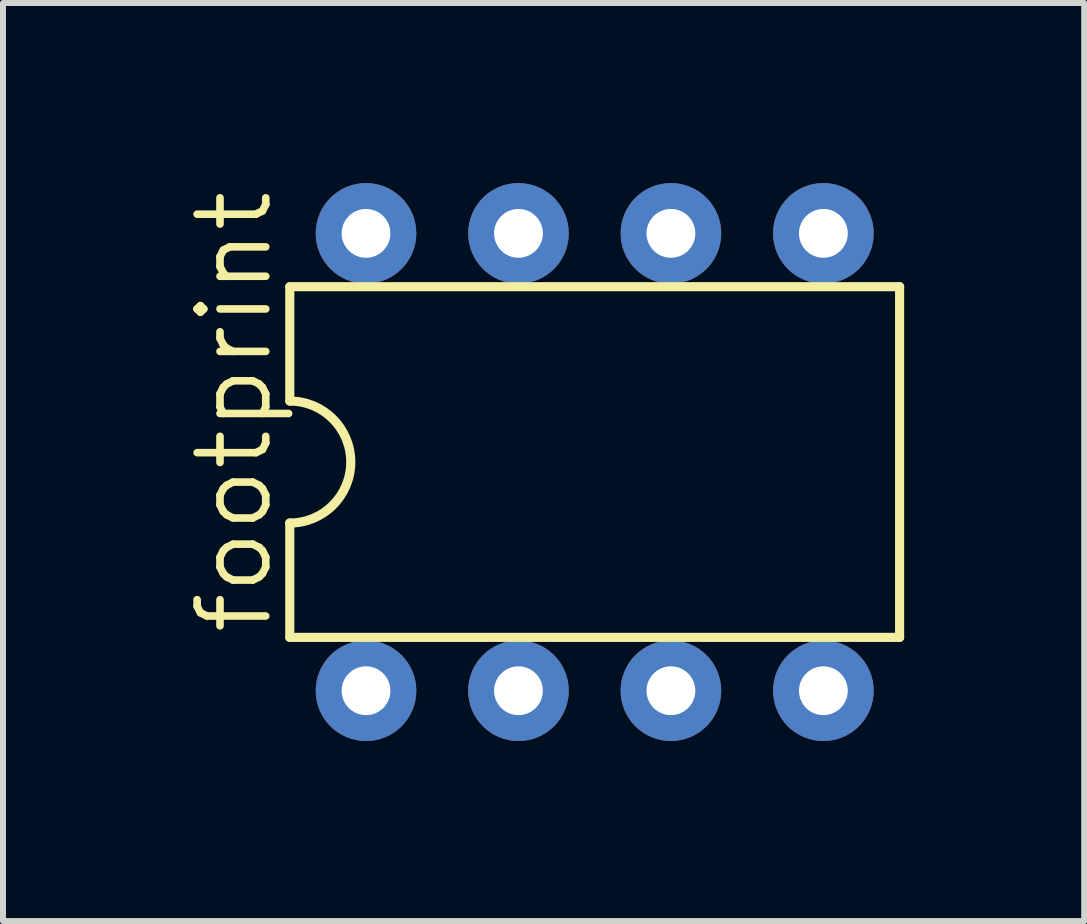
<source format=kicad_pcb>
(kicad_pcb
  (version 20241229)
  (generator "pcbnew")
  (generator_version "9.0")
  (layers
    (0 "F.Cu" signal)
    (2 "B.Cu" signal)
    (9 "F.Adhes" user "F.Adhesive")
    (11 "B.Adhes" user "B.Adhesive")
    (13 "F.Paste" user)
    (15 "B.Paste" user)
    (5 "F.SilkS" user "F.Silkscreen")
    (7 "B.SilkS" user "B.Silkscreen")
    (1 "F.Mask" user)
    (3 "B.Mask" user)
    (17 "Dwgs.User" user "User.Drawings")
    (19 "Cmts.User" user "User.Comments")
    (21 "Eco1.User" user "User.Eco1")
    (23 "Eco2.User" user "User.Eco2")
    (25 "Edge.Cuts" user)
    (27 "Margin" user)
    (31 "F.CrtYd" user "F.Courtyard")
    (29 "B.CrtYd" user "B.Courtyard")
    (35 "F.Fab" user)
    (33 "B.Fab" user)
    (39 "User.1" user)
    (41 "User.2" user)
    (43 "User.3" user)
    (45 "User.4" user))
  (footprint "footprint"
    (layer "F.Cu")
    (at 6.858 4.648)
    (property "Reference" "footprint" (at -5.334 2.921 90) (layer "F.SilkS") (effects (font (size 1.143 1.143) (thickness 0.127)) (justify left bottom)))
    (fp_line (start -5.08 -2.921) (end -5.08 -1.016) (stroke (width 0.152) (type solid)) (layer "F.SilkS"))
    (fp_line (start -5.08 2.921) (end -5.08 1.016) (stroke (width 0.152) (type solid)) (layer "F.SilkS"))
    (fp_line (start -5.08 2.921) (end 5.08 2.921) (stroke (width 0.152) (type solid)) (layer "F.SilkS"))
    (fp_line (start 5.08 -2.921) (end -5.08 -2.921) (stroke (width 0.152) (type solid)) (layer "F.SilkS"))
    (fp_line (start 5.08 -2.921) (end 5.08 2.921) (stroke (width 0.152) (type solid)) (layer "F.SilkS"))
    (fp_arc (start -5.08 -1.016) (mid -4.064 0) (end -5.08 1.016) (stroke (width 0.1524) (type solid)) (layer "F.SilkS"))
    (pad "1" thru_hole circle (at -3.81 3.81 90) (size 1.676 1.676) (drill 0.813) (layers "*.Cu" "*.Mask"))
    (pad "2" thru_hole circle (at -1.27 3.81 90) (size 1.676 1.676) (drill 0.813) (layers "*.Cu" "*.Mask"))
    (pad "3" thru_hole circle (at 1.27 3.81 90) (size 1.676 1.676) (drill 0.813) (layers "*.Cu" "*.Mask"))
    (pad "4" thru_hole circle (at 3.81 3.81 90) (size 1.676 1.676) (drill 0.813) (layers "*.Cu" "*.Mask"))
    (pad "5" thru_hole circle (at 3.81 -3.81 90) (size 1.676 1.676) (drill 0.813) (layers "*.Cu" "*.Mask"))
    (pad "6" thru_hole circle (at 1.27 -3.81 90) (size 1.676 1.676) (drill 0.813) (layers "*.Cu" "*.Mask"))
    (pad "7" thru_hole circle (at -1.27 -3.81 90) (size 1.676 1.676) (drill 0.813) (layers "*.Cu" "*.Mask"))
    (pad "8" thru_hole circle (at -3.81 -3.81 90) (size 1.676 1.676) (drill 0.813) (layers "*.Cu" "*.Mask")))
  (gr_rect
    (start -3 -3)
    (end 15.014 12.296)
    (stroke (width 0.1) (type default))
    (fill no)
    (layer "Edge.Cuts")))
</source>
